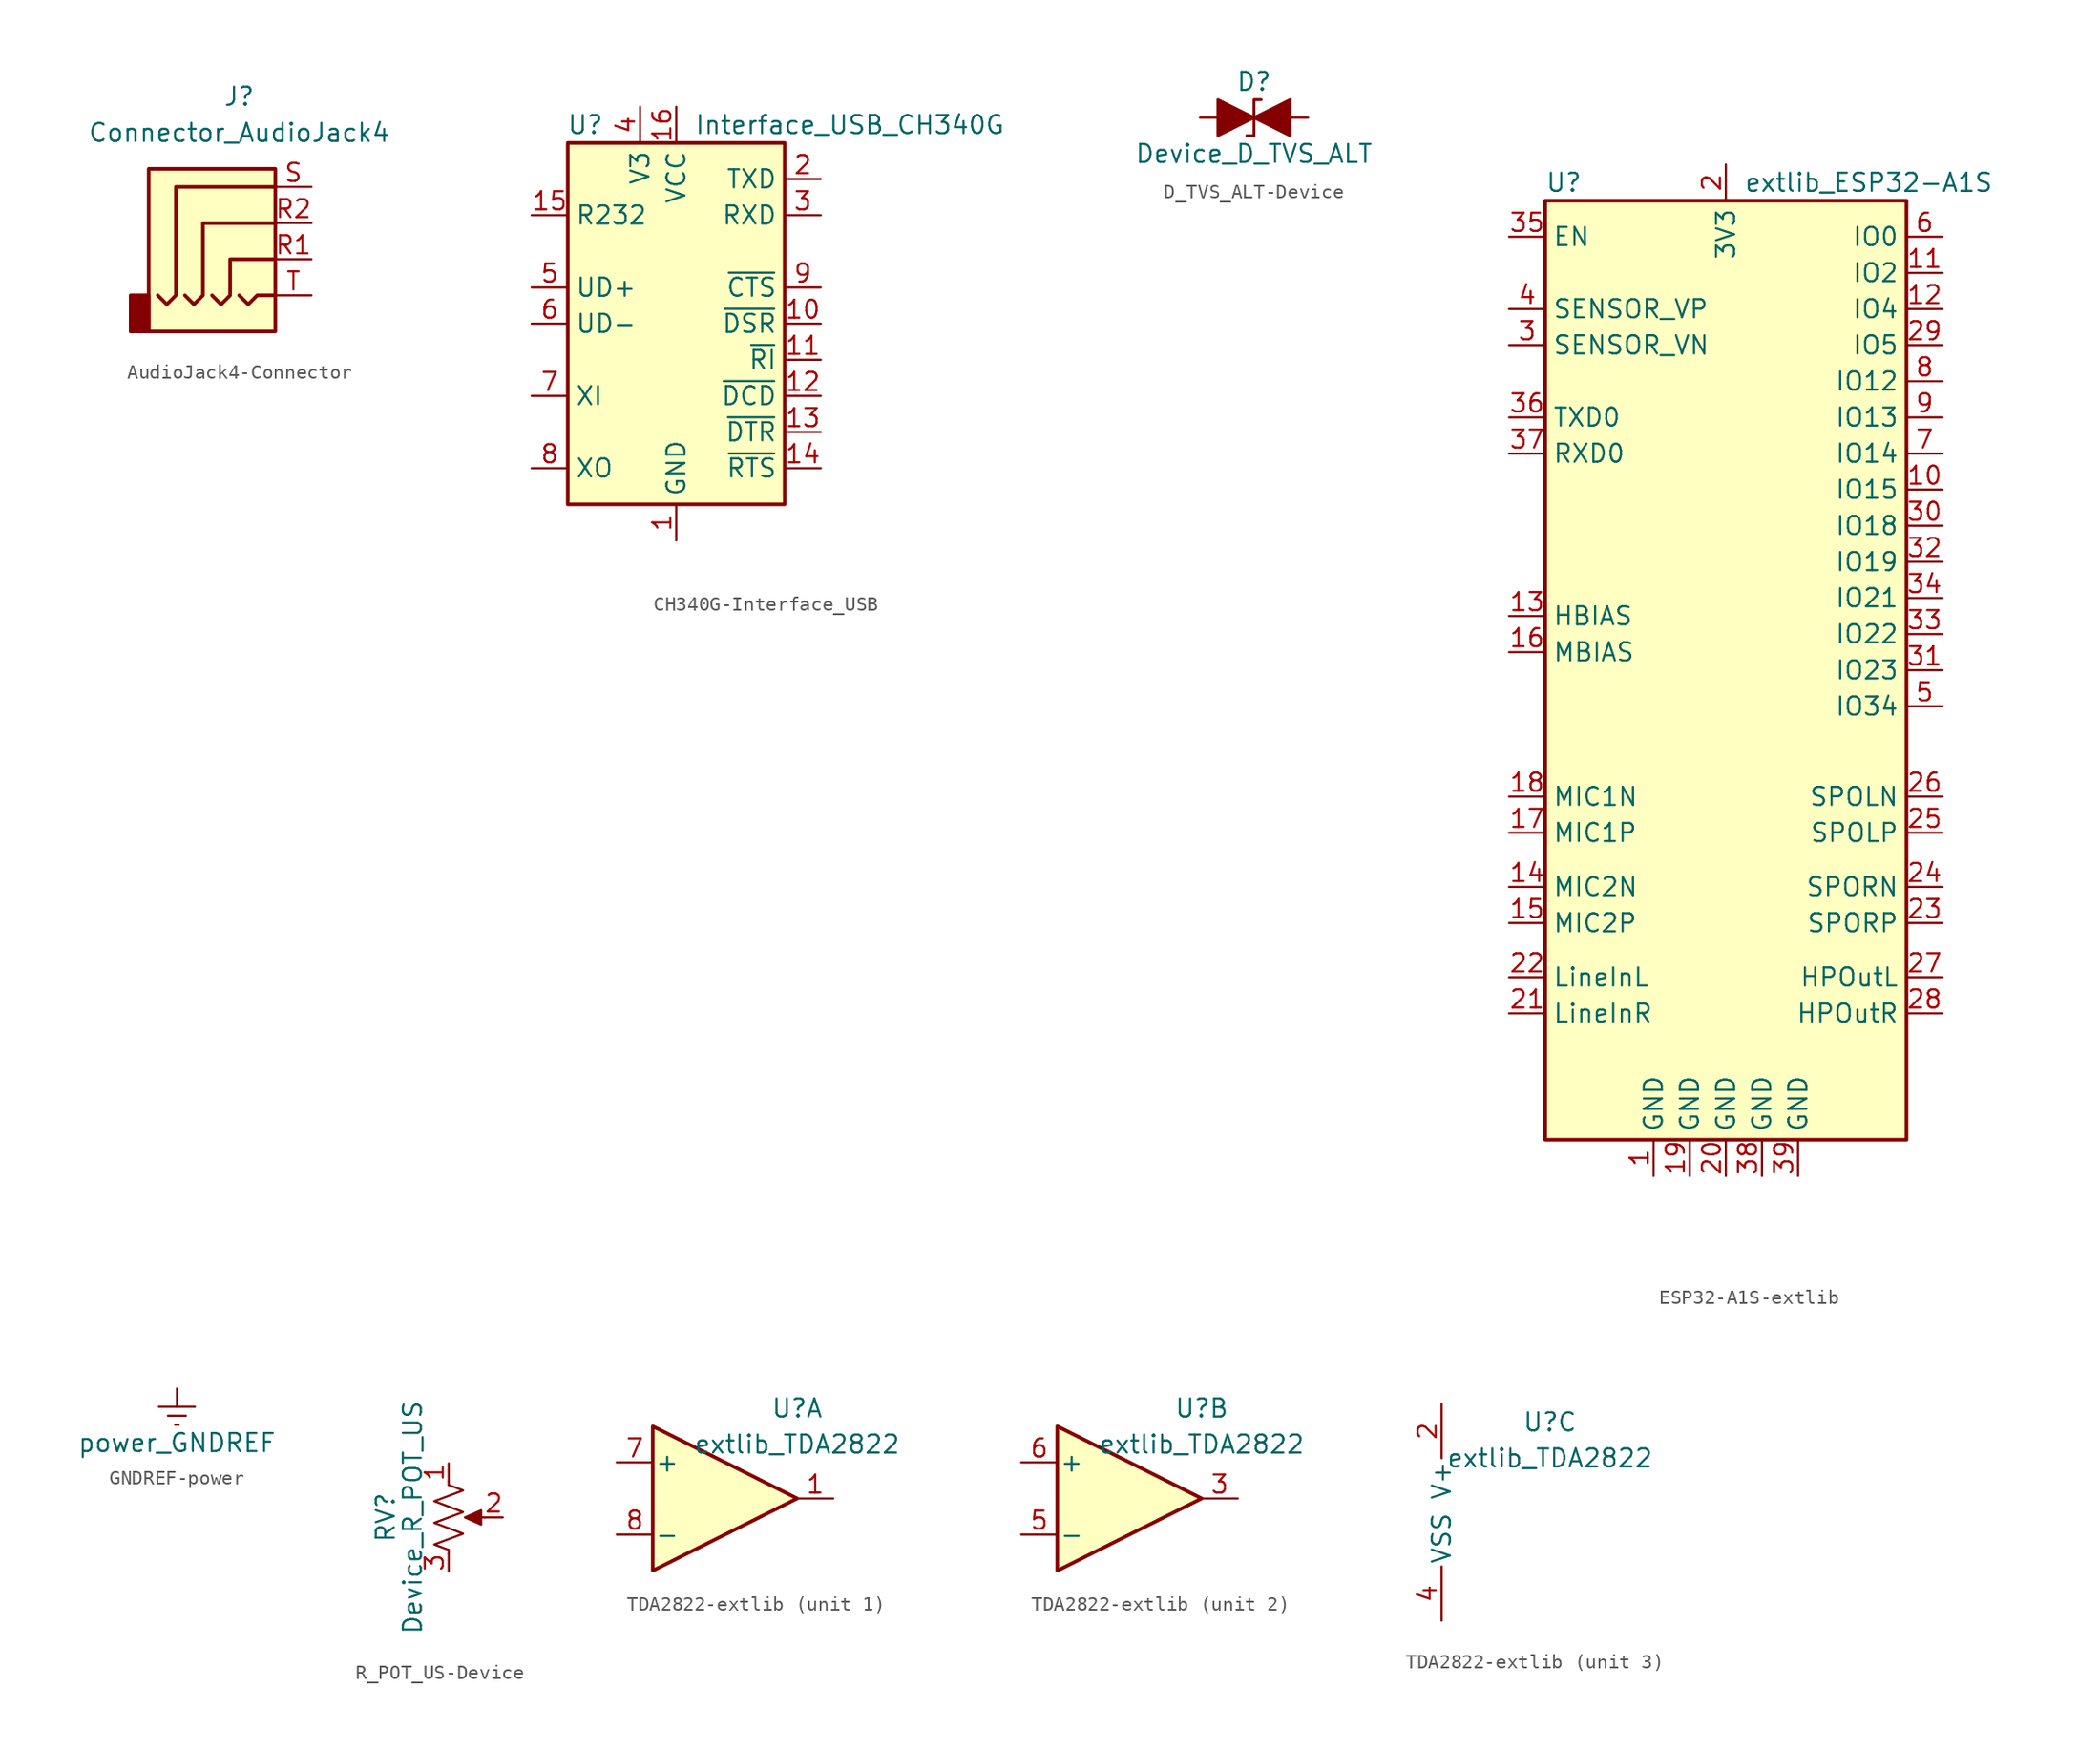
<source format=kicad_sym>
(kicad_symbol_lib
  (version 20231120)
  (generator "kicad_symbol_editor")
  (generator_version "8.0")
  (symbol "AudioJack4-Connector"
    (property "Reference" "J"
      (at 0 8.89 0)
      (effects (font (size 1.27 1.27))))
    (property "Value" "Connector_AudioJack4"
      (at 0 6.35 0)
      (effects (font (size 1.27 1.27))))
    (symbol "AudioJack4-Connector_0_1"
      (rectangle (start -6.35 -5.08) (end -7.62 -7.62) (stroke (width 0.254) (type solid)) (fill (type outline)))
      (polyline (pts (xy 0 -5.08) (xy 0.635 -5.715) (xy 1.27 -5.08) (xy 2.54 -5.08)) (stroke (width 0.254) (type solid)) (fill (type none)))
      (polyline (pts (xy -5.715 -5.08) (xy -5.08 -5.715) (xy -4.445 -5.08) (xy -4.445 2.54) (xy 2.54 2.54)) (stroke (width 0.254) (type solid)) (fill (type none)))
      (polyline (pts (xy -1.905 -5.08) (xy -1.27 -5.715) (xy -0.635 -5.08) (xy -0.635 -2.54) (xy 2.54 -2.54)) (stroke (width 0.254) (type solid)) (fill (type none)))
      (polyline (pts (xy 2.54 0) (xy -2.54 0) (xy -2.54 -5.08) (xy -3.175 -5.715) (xy -3.81 -5.08)) (stroke (width 0.254) (type solid)) (fill (type none)))
      (rectangle (start 2.54 3.81) (end -6.35 -7.62) (stroke (width 0.254) (type solid)) (fill (type background))))
    (symbol "AudioJack4-Connector_1_1"
      (pin passive line (at 5.08 -2.54 180) (length 2.54) (name "~" (effects (font (size 1.27 1.27)))) (number "R1" (effects (font (size 1.27 1.27)))))
      (pin passive line (at 5.08 0 180) (length 2.54) (name "~" (effects (font (size 1.27 1.27)))) (number "R2" (effects (font (size 1.27 1.27)))))
      (pin passive line (at 5.08 2.54 180) (length 2.54) (name "~" (effects (font (size 1.27 1.27)))) (number "S" (effects (font (size 1.27 1.27)))))
      (pin passive line (at 5.08 -5.08 180) (length 2.54) (name "~" (effects (font (size 1.27 1.27)))) (number "T" (effects (font (size 1.27 1.27)))))))
  (symbol "CH340G-Interface_USB"
    (property "Reference" "U"
      (at -5.08 13.97 0)
      (effects (font (size 1.27 1.27)) (justify right)))
    (property "Value" "Interface_USB_CH340G"
      (at 1.27 13.97 0)
      (effects (font (size 1.27 1.27)) (justify left)))
    (symbol "CH340G-Interface_USB_0_1"
      (rectangle (start -7.62 12.7) (end 7.62 -12.7) (stroke (width 0.254) (type solid)) (fill (type background))))
    (symbol "CH340G-Interface_USB_1_1"
      (pin power_in line (at 0 -15.24 90) (length 2.54) (name "GND" (effects (font (size 1.27 1.27)))) (number "1" (effects (font (size 1.27 1.27)))))
      (pin input line (at 10.16 0 180) (length 2.54) (name "~{DSR}" (effects (font (size 1.27 1.27)))) (number "10" (effects (font (size 1.27 1.27)))))
      (pin input line (at 10.16 -2.54 180) (length 2.54) (name "~{RI}" (effects (font (size 1.27 1.27)))) (number "11" (effects (font (size 1.27 1.27)))))
      (pin input line (at 10.16 -5.08 180) (length 2.54) (name "~{DCD}" (effects (font (size 1.27 1.27)))) (number "12" (effects (font (size 1.27 1.27)))))
      (pin output line (at 10.16 -7.62 180) (length 2.54) (name "~{DTR}" (effects (font (size 1.27 1.27)))) (number "13" (effects (font (size 1.27 1.27)))))
      (pin output line (at 10.16 -10.16 180) (length 2.54) (name "~{RTS}" (effects (font (size 1.27 1.27)))) (number "14" (effects (font (size 1.27 1.27)))))
      (pin input line (at -10.16 7.62 0) (length 2.54) (name "R232" (effects (font (size 1.27 1.27)))) (number "15" (effects (font (size 1.27 1.27)))))
      (pin power_in line (at 0 15.24 270) (length 2.54) (name "VCC" (effects (font (size 1.27 1.27)))) (number "16" (effects (font (size 1.27 1.27)))))
      (pin output line (at 10.16 10.16 180) (length 2.54) (name "TXD" (effects (font (size 1.27 1.27)))) (number "2" (effects (font (size 1.27 1.27)))))
      (pin input line (at 10.16 7.62 180) (length 2.54) (name "RXD" (effects (font (size 1.27 1.27)))) (number "3" (effects (font (size 1.27 1.27)))))
      (pin passive line (at -2.54 15.24 270) (length 2.54) (name "V3" (effects (font (size 1.27 1.27)))) (number "4" (effects (font (size 1.27 1.27)))))
      (pin bidirectional line (at -10.16 2.54 0) (length 2.54) (name "UD+" (effects (font (size 1.27 1.27)))) (number "5" (effects (font (size 1.27 1.27)))))
      (pin bidirectional line (at -10.16 0 0) (length 2.54) (name "UD-" (effects (font (size 1.27 1.27)))) (number "6" (effects (font (size 1.27 1.27)))))
      (pin input line (at -10.16 -5.08 0) (length 2.54) (name "XI" (effects (font (size 1.27 1.27)))) (number "7" (effects (font (size 1.27 1.27)))))
      (pin output line (at -10.16 -10.16 0) (length 2.54) (name "XO" (effects (font (size 1.27 1.27)))) (number "8" (effects (font (size 1.27 1.27)))))
      (pin input line (at 10.16 2.54 180) (length 2.54) (name "~{CTS}" (effects (font (size 1.27 1.27)))) (number "9" (effects (font (size 1.27 1.27)))))))
  (symbol "D_TVS_ALT-Device"
    (pin_numbers hide)
    (pin_names
      (offset 1.016) hide)
    (property "Reference" "D"
      (at 0 2.54 0)
      (effects (font (size 1.27 1.27))))
    (property "Value" "Device_D_TVS_ALT"
      (at 0 -2.54 0)
      (effects (font (size 1.27 1.27))))
    (symbol "D_TVS_ALT-Device_0_1"
      (polyline (pts (xy 1.27 0) (xy -1.27 0)) (stroke (width 0) (type solid)) (fill (type none)))
      (polyline (pts (xy -2.54 -1.27) (xy 0 0) (xy -2.54 1.27) (xy -2.54 -1.27)) (stroke (width 0.203) (type solid)) (fill (type outline)))
      (polyline (pts (xy 0.508 1.27) (xy 0 1.27) (xy 0 -1.27) (xy -0.508 -1.27)) (stroke (width 0.203) (type solid)) (fill (type none)))
      (polyline (pts (xy 2.54 1.27) (xy 2.54 -1.27) (xy 0 0) (xy 2.54 1.27)) (stroke (width 0.203) (type solid)) (fill (type outline))))
    (symbol "D_TVS_ALT-Device_1_1"
      (pin passive line (at -3.81 0 0) (length 2.54) (name "A1" (effects (font (size 1.27 1.27)))) (number "1" (effects (font (size 1.27 1.27)))))
      (pin passive line (at 3.81 0 180) (length 2.54) (name "A2" (effects (font (size 1.27 1.27)))) (number "2" (effects (font (size 1.27 1.27)))))))
  (symbol "ESP32-A1S-extlib"
    (property "Reference" "U"
      (at -12.7 34.29 0)
      (effects (font (size 1.27 1.27)) (justify left)))
    (property "Value" "extlib_ESP32-A1S"
      (at 1.27 34.29 0)
      (effects (font (size 1.27 1.27)) (justify left)))
    (symbol "ESP32-A1S-extlib_0_1"
      (rectangle (start -12.7 33.02) (end 12.7 -33.02) (stroke (width 0.254) (type solid)) (fill (type background))))
    (symbol "ESP32-A1S-extlib_1_1"
      (pin power_in line (at -5.08 -35.56 90) (length 2.54) (name "GND" (effects (font (size 1.27 1.27)))) (number "1" (effects (font (size 1.27 1.27)))))
      (pin bidirectional line (at 15.24 12.7 180) (length 2.54) (name "IO15" (effects (font (size 1.27 1.27)))) (number "10" (effects (font (size 1.27 1.27)))))
      (pin bidirectional line (at 15.24 27.94 180) (length 2.54) (name "IO2" (effects (font (size 1.27 1.27)))) (number "11" (effects (font (size 1.27 1.27)))))
      (pin bidirectional line (at 15.24 25.4 180) (length 2.54) (name "IO4" (effects (font (size 1.27 1.27)))) (number "12" (effects (font (size 1.27 1.27)))))
      (pin bidirectional line (at -15.24 3.81 0) (length 2.54) (name "HBIAS" (effects (font (size 1.27 1.27)))) (number "13" (effects (font (size 1.27 1.27)))))
      (pin bidirectional line (at -15.24 -15.24 0) (length 2.54) (name "MIC2N" (effects (font (size 1.27 1.27)))) (number "14" (effects (font (size 1.27 1.27)))))
      (pin bidirectional line (at -15.24 -17.78 0) (length 2.54) (name "MIC2P" (effects (font (size 1.27 1.27)))) (number "15" (effects (font (size 1.27 1.27)))))
      (pin bidirectional line (at -15.24 1.27 0) (length 2.54) (name "MBIAS" (effects (font (size 1.27 1.27)))) (number "16" (effects (font (size 1.27 1.27)))))
      (pin bidirectional line (at -15.24 -11.43 0) (length 2.54) (name "MIC1P" (effects (font (size 1.27 1.27)))) (number "17" (effects (font (size 1.27 1.27)))))
      (pin bidirectional line (at -15.24 -8.89 0) (length 2.54) (name "MIC1N" (effects (font (size 1.27 1.27)))) (number "18" (effects (font (size 1.27 1.27)))))
      (pin passive line (at -2.54 -35.56 90) (length 2.54) (name "GND" (effects (font (size 1.27 1.27)))) (number "19" (effects (font (size 1.27 1.27)))))
      (pin power_in line (at 0 35.56 270) (length 2.54) (name "3V3" (effects (font (size 1.27 1.27)))) (number "2" (effects (font (size 1.27 1.27)))))
      (pin passive line (at 0 -35.56 90) (length 2.54) (name "GND" (effects (font (size 1.27 1.27)))) (number "20" (effects (font (size 1.27 1.27)))))
      (pin bidirectional line (at -15.24 -24.13 0) (length 2.54) (name "LineInR" (effects (font (size 1.27 1.27)))) (number "21" (effects (font (size 1.27 1.27)))))
      (pin bidirectional line (at -15.24 -21.59 0) (length 2.54) (name "LineInL" (effects (font (size 1.27 1.27)))) (number "22" (effects (font (size 1.27 1.27)))))
      (pin bidirectional line (at 15.24 -17.78 180) (length 2.54) (name "SPORP" (effects (font (size 1.27 1.27)))) (number "23" (effects (font (size 1.27 1.27)))))
      (pin bidirectional line (at 15.24 -15.24 180) (length 2.54) (name "SPORN" (effects (font (size 1.27 1.27)))) (number "24" (effects (font (size 1.27 1.27)))))
      (pin bidirectional line (at 15.24 -11.43 180) (length 2.54) (name "SPOLP" (effects (font (size 1.27 1.27)))) (number "25" (effects (font (size 1.27 1.27)))))
      (pin bidirectional line (at 15.24 -8.89 180) (length 2.54) (name "SPOLN" (effects (font (size 1.27 1.27)))) (number "26" (effects (font (size 1.27 1.27)))))
      (pin bidirectional line (at 15.24 -21.59 180) (length 2.54) (name "HPOutL" (effects (font (size 1.27 1.27)))) (number "27" (effects (font (size 1.27 1.27)))))
      (pin bidirectional line (at 15.24 -24.13 180) (length 2.54) (name "HPOutR" (effects (font (size 1.27 1.27)))) (number "28" (effects (font (size 1.27 1.27)))))
      (pin bidirectional line (at 15.24 22.86 180) (length 2.54) (name "IO5" (effects (font (size 1.27 1.27)))) (number "29" (effects (font (size 1.27 1.27)))))
      (pin input line (at -15.24 22.86 0) (length 2.54) (name "SENSOR_VN" (effects (font (size 1.27 1.27)))) (number "3" (effects (font (size 1.27 1.27)))))
      (pin bidirectional line (at 15.24 10.16 180) (length 2.54) (name "IO18" (effects (font (size 1.27 1.27)))) (number "30" (effects (font (size 1.27 1.27)))))
      (pin bidirectional line (at 15.24 0 180) (length 2.54) (name "IO23" (effects (font (size 1.27 1.27)))) (number "31" (effects (font (size 1.27 1.27)))))
      (pin bidirectional line (at 15.24 7.62 180) (length 2.54) (name "IO19" (effects (font (size 1.27 1.27)))) (number "32" (effects (font (size 1.27 1.27)))))
      (pin bidirectional line (at 15.24 2.54 180) (length 2.54) (name "IO22" (effects (font (size 1.27 1.27)))) (number "33" (effects (font (size 1.27 1.27)))))
      (pin bidirectional line (at 15.24 5.08 180) (length 2.54) (name "IO21" (effects (font (size 1.27 1.27)))) (number "34" (effects (font (size 1.27 1.27)))))
      (pin input line (at -15.24 30.48 0) (length 2.54) (name "EN" (effects (font (size 1.27 1.27)))) (number "35" (effects (font (size 1.27 1.27)))))
      (pin bidirectional line (at -15.24 17.78 0) (length 2.54) (name "TXD0" (effects (font (size 1.27 1.27)))) (number "36" (effects (font (size 1.27 1.27)))))
      (pin bidirectional line (at -15.24 15.24 0) (length 2.54) (name "RXD0" (effects (font (size 1.27 1.27)))) (number "37" (effects (font (size 1.27 1.27)))))
      (pin power_in line (at 2.54 -35.56 90) (length 2.54) (name "GND" (effects (font (size 1.27 1.27)))) (number "38" (effects (font (size 1.27 1.27)))))
      (pin power_in line (at 5.08 -35.56 90) (length 2.54) (name "GND" (effects (font (size 1.27 1.27)))) (number "39" (effects (font (size 1.27 1.27)))))
      (pin input line (at -15.24 25.4 0) (length 2.54) (name "SENSOR_VP" (effects (font (size 1.27 1.27)))) (number "4" (effects (font (size 1.27 1.27)))))
      (pin bidirectional line (at 15.24 -2.54 180) (length 2.54) (name "IO34" (effects (font (size 1.27 1.27)))) (number "5" (effects (font (size 1.27 1.27)))))
      (pin bidirectional line (at 15.24 30.48 180) (length 2.54) (name "IO0" (effects (font (size 1.27 1.27)))) (number "6" (effects (font (size 1.27 1.27)))))
      (pin bidirectional line (at 15.24 15.24 180) (length 2.54) (name "IO14" (effects (font (size 1.27 1.27)))) (number "7" (effects (font (size 1.27 1.27)))))
      (pin bidirectional line (at 15.24 20.32 180) (length 2.54) (name "IO12" (effects (font (size 1.27 1.27)))) (number "8" (effects (font (size 1.27 1.27)))))
      (pin bidirectional line (at 15.24 17.78 180) (length 2.54) (name "IO13" (effects (font (size 1.27 1.27)))) (number "9" (effects (font (size 1.27 1.27)))))))
  (symbol "GNDREF-power"
    (power)
    (pin_names
      (offset 0))
    (property "Reference" "#PWR"
      (at 0 -6.35 0)
      (effects (font (size 1.27 1.27)) (hide yes)))
    (property "Value" "power_GNDREF"
      (at 0 -3.81 0)
      (effects (font (size 1.27 1.27))))
    (symbol "GNDREF-power_0_1"
      (polyline (pts (xy -0.635 -1.905) (xy 0.635 -1.905)) (stroke (width 0) (type solid)) (fill (type none)))
      (polyline (pts (xy -0.127 -2.54) (xy 0.127 -2.54)) (stroke (width 0) (type solid)) (fill (type none)))
      (polyline (pts (xy 0 -1.27) (xy 0 0)) (stroke (width 0) (type solid)) (fill (type none)))
      (polyline (pts (xy 1.27 -1.27) (xy -1.27 -1.27)) (stroke (width 0) (type solid)) (fill (type none))))
    (symbol "GNDREF-power_1_1"
      (pin power_in line (at 0 0 270) (length 0) hide (name "GNDREF" (effects (font (size 1.27 1.27)))) (number "1" (effects (font (size 1.27 1.27)))))))
  (symbol "R_POT_US-Device"
    (pin_names
      (offset 1.016) hide)
    (property "Reference" "RV"
      (at -4.445 0 90)
      (effects (font (size 1.27 1.27))))
    (property "Value" "Device_R_POT_US"
      (at -2.54 0 90)
      (effects (font (size 1.27 1.27))))
    (symbol "R_POT_US-Device_0_1"
      (polyline (pts (xy 0 -2.286) (xy 0 -2.54)) (stroke (width 0) (type solid)) (fill (type none)))
      (polyline (pts (xy 0 2.54) (xy 0 2.286)) (stroke (width 0) (type solid)) (fill (type none)))
      (polyline (pts (xy 2.54 0) (xy 1.524 0)) (stroke (width 0) (type solid)) (fill (type none)))
      (polyline (pts (xy 1.143 0) (xy 2.286 0.508) (xy 2.286 -0.508) (xy 1.143 0)) (stroke (width 0) (type solid)) (fill (type outline)))
      (polyline (pts (xy 0 -0.762) (xy 1.016 -1.143) (xy 0 -1.524) (xy -1.016 -1.905) (xy 0 -2.286)) (stroke (width 0) (type solid)) (fill (type none)))
      (polyline (pts (xy 0 0.762) (xy 1.016 0.381) (xy 0 0) (xy -1.016 -0.381) (xy 0 -0.762)) (stroke (width 0) (type solid)) (fill (type none)))
      (polyline (pts (xy 0 2.286) (xy 1.016 1.905) (xy 0 1.524) (xy -1.016 1.143) (xy 0 0.762)) (stroke (width 0) (type solid)) (fill (type none))))
    (symbol "R_POT_US-Device_1_1"
      (pin passive line (at 0 3.81 270) (length 1.27) (name "1" (effects (font (size 1.27 1.27)))) (number "1" (effects (font (size 1.27 1.27)))))
      (pin passive line (at 3.81 0 180) (length 1.27) (name "2" (effects (font (size 1.27 1.27)))) (number "2" (effects (font (size 1.27 1.27)))))
      (pin passive line (at 0 -3.81 90) (length 1.27) (name "3" (effects (font (size 1.27 1.27)))) (number "3" (effects (font (size 1.27 1.27)))))))
  (symbol "TDA2822-extlib"
    (pin_names
      (offset 0.127))
    (property "Reference" "U"
      (at 5.08 6.35 0)
      (effects (font (size 1.27 1.27))))
    (property "Value" "extlib_TDA2822"
      (at 5.08 3.81 0)
      (effects (font (size 1.27 1.27))))
    (property "ki_locked" ""
      (at 0 0 0)
      (effects (font (size 1.27 1.27))))
    (symbol "TDA2822-extlib_1_1"
      (polyline (pts (xy -5.08 5.08) (xy 5.08 0) (xy -5.08 -5.08) (xy -5.08 5.08)) (stroke (width 0.254) (type solid)) (fill (type background)))
      (pin output line (at 7.62 0 180) (length 2.54) (name "~" (effects (font (size 1.27 1.27)))) (number "1" (effects (font (size 1.27 1.27)))))
      (pin input line (at -7.62 2.54 0) (length 2.54) (name "+" (effects (font (size 1.27 1.27)))) (number "7" (effects (font (size 1.27 1.27)))))
      (pin input line (at -7.62 -2.54 0) (length 2.54) (name "-" (effects (font (size 1.27 1.27)))) (number "8" (effects (font (size 1.27 1.27))))))
    (symbol "TDA2822-extlib_2_1"
      (polyline (pts (xy -5.08 5.08) (xy 5.08 0) (xy -5.08 -5.08) (xy -5.08 5.08)) (stroke (width 0.254) (type solid)) (fill (type background)))
      (pin output line (at 7.62 0 180) (length 2.54) (name "~" (effects (font (size 1.27 1.27)))) (number "3" (effects (font (size 1.27 1.27)))))
      (pin input line (at -7.62 -2.54 0) (length 2.54) (name "-" (effects (font (size 1.27 1.27)))) (number "5" (effects (font (size 1.27 1.27)))))
      (pin input line (at -7.62 2.54 0) (length 2.54) (name "+" (effects (font (size 1.27 1.27)))) (number "6" (effects (font (size 1.27 1.27))))))
    (symbol "TDA2822-extlib_3_1"
      (pin power_in line (at -2.54 7.62 270) (length 3.81) (name "V+" (effects (font (size 1.27 1.27)))) (number "2" (effects (font (size 1.27 1.27)))))
      (pin power_in line (at -2.54 -7.62 90) (length 3.81) (name "VSS" (effects (font (size 1.27 1.27)))) (number "4" (effects (font (size 1.27 1.27))))))))
</source>
